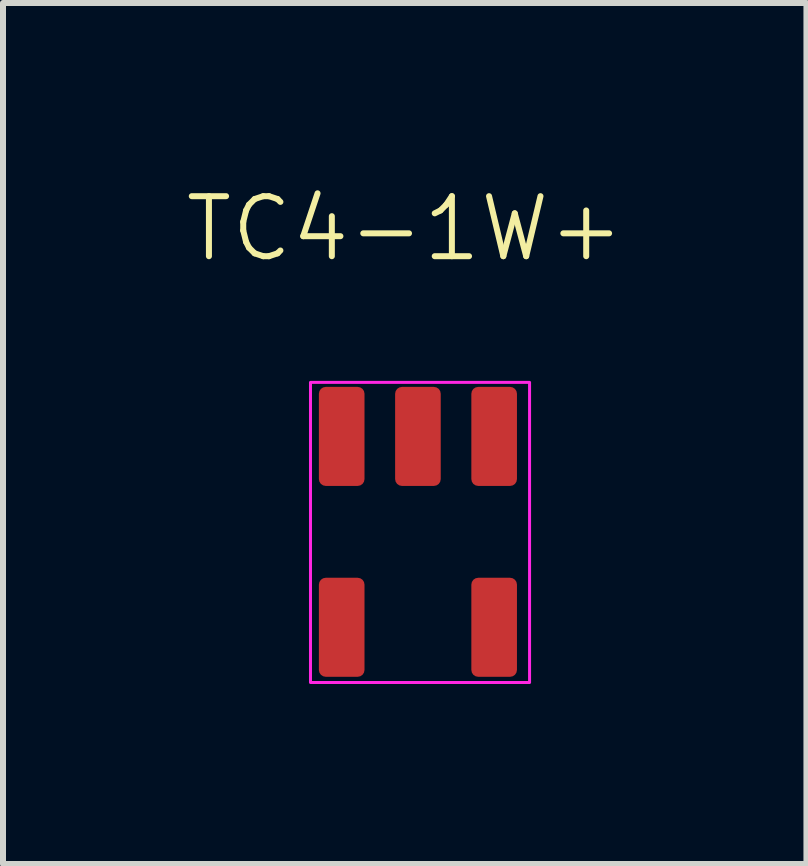
<source format=kicad_pcb>
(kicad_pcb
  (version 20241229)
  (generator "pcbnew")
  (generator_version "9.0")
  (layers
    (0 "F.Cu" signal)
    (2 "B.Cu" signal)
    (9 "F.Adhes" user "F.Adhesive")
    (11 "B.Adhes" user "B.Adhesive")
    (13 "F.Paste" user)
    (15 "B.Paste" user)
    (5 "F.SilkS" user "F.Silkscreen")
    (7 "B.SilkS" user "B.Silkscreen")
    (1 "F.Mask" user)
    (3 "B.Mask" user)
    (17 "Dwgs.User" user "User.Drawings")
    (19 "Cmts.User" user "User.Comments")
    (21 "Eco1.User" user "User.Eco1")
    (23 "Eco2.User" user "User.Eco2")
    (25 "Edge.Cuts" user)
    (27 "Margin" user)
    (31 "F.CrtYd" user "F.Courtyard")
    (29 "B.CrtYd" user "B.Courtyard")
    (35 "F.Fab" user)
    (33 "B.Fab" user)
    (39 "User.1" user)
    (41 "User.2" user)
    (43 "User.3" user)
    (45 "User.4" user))
  (footprint "TC4-1W+"
    (layer "F.Cu")
    (at 3.913 5.811)
    (property "Reference" "TC4-1W+" (at -0.22 -5.05 0) (unlocked yes) (layer "F.SilkS") (effects (font (size 1 1) (thickness 0.1))))
    (attr smd)
    (fp_rect (start -1.79 -2.49) (end 1.86 2.51) (stroke (width 0.05) (type default)) (fill no) (layer "F.CrtYd"))
    (pad "1" smd roundrect (at -1.27 1.59) (size 0.76 1.65) (layers "F.Cu" "F.Mask" "F.Paste") (roundrect_rratio 0.15))
    (pad "2" smd roundrect (at -1.27 -1.59) (size 0.76 1.65) (layers "F.Cu" "F.Mask" "F.Paste") (roundrect_rratio 0.15))
    (pad "3" smd roundrect (at 0 -1.59) (size 0.76 1.65) (layers "F.Cu" "F.Mask" "F.Paste") (roundrect_rratio 0.15))
    (pad "4" smd roundrect (at 1.27 -1.59) (size 0.76 1.65) (layers "F.Cu" "F.Mask" "F.Paste") (roundrect_rratio 0.15))
    (pad "5" smd roundrect (at 1.27 1.59) (size 0.76 1.65) (layers "F.Cu" "F.Mask" "F.Paste") (roundrect_rratio 0.15)))
  (gr_rect
    (start -3 -3)
    (end 10.386 11.345)
    (stroke (width 0.1) (type default))
    (fill no)
    (layer "Edge.Cuts")))
</source>
